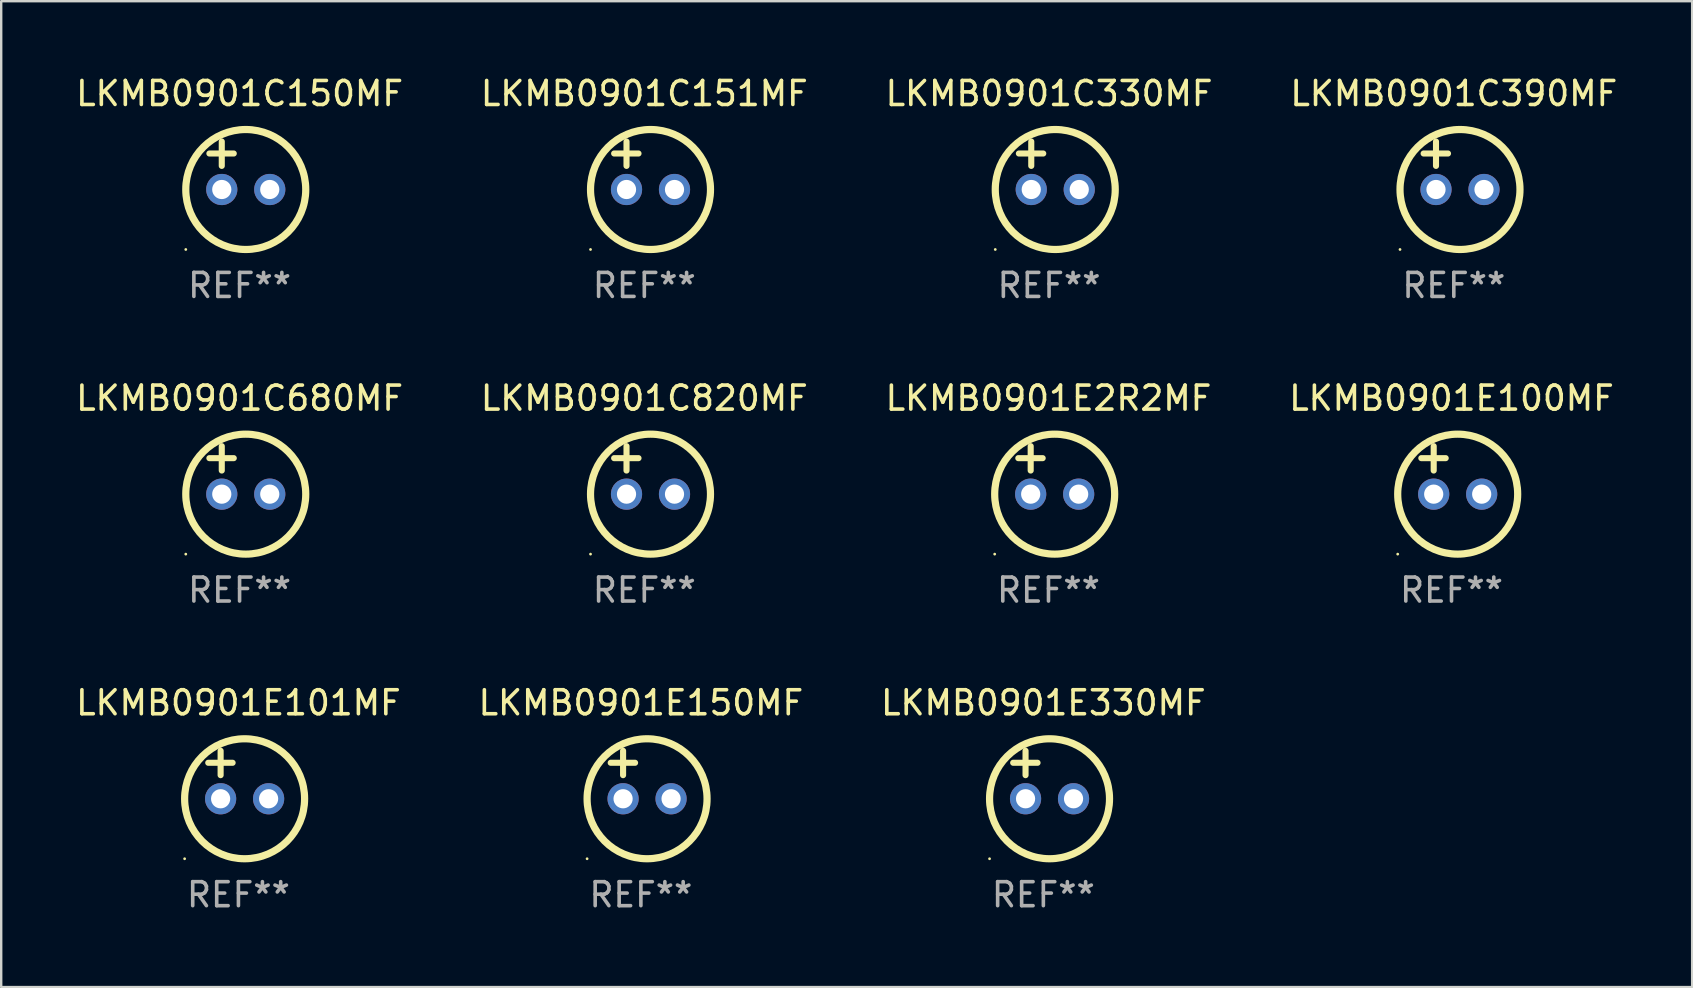
<source format=kicad_pcb>
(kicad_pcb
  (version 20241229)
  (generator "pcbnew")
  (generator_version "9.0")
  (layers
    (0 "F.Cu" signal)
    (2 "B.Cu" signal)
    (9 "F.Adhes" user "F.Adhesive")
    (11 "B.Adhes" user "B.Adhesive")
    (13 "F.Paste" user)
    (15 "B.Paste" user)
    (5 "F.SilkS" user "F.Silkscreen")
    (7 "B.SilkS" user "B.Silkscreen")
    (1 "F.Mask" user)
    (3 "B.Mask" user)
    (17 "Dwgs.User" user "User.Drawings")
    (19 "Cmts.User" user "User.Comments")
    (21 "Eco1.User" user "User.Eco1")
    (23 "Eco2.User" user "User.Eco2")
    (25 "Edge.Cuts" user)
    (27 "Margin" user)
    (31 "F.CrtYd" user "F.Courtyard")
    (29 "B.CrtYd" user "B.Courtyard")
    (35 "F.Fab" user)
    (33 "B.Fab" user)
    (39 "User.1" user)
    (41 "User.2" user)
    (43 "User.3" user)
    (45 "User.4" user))
  (footprint "LKMB0901E150MF"
    (layer "F.Cu")
    (at 23.661 29.241)
    (property "Reference" "LKMB0901E150MF" (at 0 -3 0) (layer "F.SilkS") (effects (font (size 1 1) (thickness 0.15))))
    (attr through_hole)
    (fp_line (start -1.258 -0.5) (end -0.242 -0.5) (stroke (width 0.254) (type solid)) (layer "F.SilkS"))
    (fp_line (start -0.742 -1) (end -0.742 0.016) (stroke (width 0.254) (type solid)) (layer "F.SilkS"))
    (fp_circle (center -2.242 3.5) (end -2.212 3.5) (stroke (width 0.06) (type solid)) (fill no) (layer "F.SilkS"))
    (fp_circle (center 0.258 1) (end 2.758 1) (stroke (width 0.3) (type solid)) (fill no) (layer "F.SilkS"))
    (fp_text user "REF**" (at 0 5 0) (layer "F.Fab") (effects (font (size 1 1) (thickness 0.15))))
    (pad "1" thru_hole circle (at -0.742 1) (size 1.3 1.3) (drill 0.8) (layers "*.Cu" "*.Mask"))
    (pad "2" thru_hole circle (at 1.258 1) (size 1.3 1.3) (drill 0.8) (layers "*.Cu" "*.Mask")))
  (footprint "LKMB0901E330MF"
    (layer "F.Cu")
    (at 40.435 29.241)
    (property "Reference" "LKMB0901E330MF" (at 0 -3 0) (layer "F.SilkS") (effects (font (size 1 1) (thickness 0.15))))
    (attr through_hole)
    (fp_line (start -1.258 -0.5) (end -0.242 -0.5) (stroke (width 0.254) (type solid)) (layer "F.SilkS"))
    (fp_line (start -0.742 -1) (end -0.742 0.016) (stroke (width 0.254) (type solid)) (layer "F.SilkS"))
    (fp_circle (center -2.242 3.5) (end -2.212 3.5) (stroke (width 0.06) (type solid)) (fill no) (layer "F.SilkS"))
    (fp_circle (center 0.258 1) (end 2.758 1) (stroke (width 0.3) (type solid)) (fill no) (layer "F.SilkS"))
    (fp_text user "REF**" (at 0 5 0) (layer "F.Fab") (effects (font (size 1 1) (thickness 0.15))))
    (pad "1" thru_hole circle (at -0.742 1) (size 1.3 1.3) (drill 0.8) (layers "*.Cu" "*.Mask"))
    (pad "2" thru_hole circle (at 1.258 1) (size 1.3 1.3) (drill 0.8) (layers "*.Cu" "*.Mask")))
  (footprint "LKMB0901E100MF"
    (layer "F.Cu")
    (at 57.446 16.545)
    (property "Reference" "LKMB0901E100MF" (at 0 -3 0) (layer "F.SilkS") (effects (font (size 1 1) (thickness 0.15))))
    (attr through_hole)
    (fp_line (start -1.258 -0.5) (end -0.242 -0.5) (stroke (width 0.254) (type solid)) (layer "F.SilkS"))
    (fp_line (start -0.742 -1) (end -0.742 0.016) (stroke (width 0.254) (type solid)) (layer "F.SilkS"))
    (fp_circle (center -2.242 3.5) (end -2.212 3.5) (stroke (width 0.06) (type solid)) (fill no) (layer "F.SilkS"))
    (fp_circle (center 0.258 1) (end 2.758 1) (stroke (width 0.3) (type solid)) (fill no) (layer "F.SilkS"))
    (fp_text user "REF**" (at 0 5 0) (layer "F.Fab") (effects (font (size 1 1) (thickness 0.15))))
    (pad "1" thru_hole circle (at -0.742 1) (size 1.3 1.3) (drill 0.8) (layers "*.Cu" "*.Mask"))
    (pad "2" thru_hole circle (at 1.258 1) (size 1.3 1.3) (drill 0.8) (layers "*.Cu" "*.Mask")))
  (footprint "LKMB0901C150MF"
    (layer "F.Cu")
    (at 6.935 3.848)
    (property "Reference" "LKMB0901C150MF" (at 0 -3 0) (layer "F.SilkS") (effects (font (size 1 1) (thickness 0.15))))
    (attr through_hole)
    (fp_line (start -1.258 -0.5) (end -0.242 -0.5) (stroke (width 0.254) (type solid)) (layer "F.SilkS"))
    (fp_line (start -0.742 -1) (end -0.742 0.016) (stroke (width 0.254) (type solid)) (layer "F.SilkS"))
    (fp_circle (center -2.242 3.5) (end -2.212 3.5) (stroke (width 0.06) (type solid)) (fill no) (layer "F.SilkS"))
    (fp_circle (center 0.258 1) (end 2.758 1) (stroke (width 0.3) (type solid)) (fill no) (layer "F.SilkS"))
    (fp_text user "REF**" (at 0 5 0) (layer "F.Fab") (effects (font (size 1 1) (thickness 0.15))))
    (pad "1" thru_hole circle (at -0.742 1) (size 1.3 1.3) (drill 0.8) (layers "*.Cu" "*.Mask"))
    (pad "2" thru_hole circle (at 1.258 1) (size 1.3 1.3) (drill 0.8) (layers "*.Cu" "*.Mask")))
  (footprint "LKMB0901C680MF"
    (layer "F.Cu")
    (at 6.935 16.545)
    (property "Reference" "LKMB0901C680MF" (at 0 -3 0) (layer "F.SilkS") (effects (font (size 1 1) (thickness 0.15))))
    (attr through_hole)
    (fp_line (start -1.258 -0.5) (end -0.242 -0.5) (stroke (width 0.254) (type solid)) (layer "F.SilkS"))
    (fp_line (start -0.742 -1) (end -0.742 0.016) (stroke (width 0.254) (type solid)) (layer "F.SilkS"))
    (fp_circle (center -2.242 3.5) (end -2.212 3.5) (stroke (width 0.06) (type solid)) (fill no) (layer "F.SilkS"))
    (fp_circle (center 0.258 1) (end 2.758 1) (stroke (width 0.3) (type solid)) (fill no) (layer "F.SilkS"))
    (fp_text user "REF**" (at 0 5 0) (layer "F.Fab") (effects (font (size 1 1) (thickness 0.15))))
    (pad "1" thru_hole circle (at -0.742 1) (size 1.3 1.3) (drill 0.8) (layers "*.Cu" "*.Mask"))
    (pad "2" thru_hole circle (at 1.258 1) (size 1.3 1.3) (drill 0.8) (layers "*.Cu" "*.Mask")))
  (footprint "LKMB0901C151MF"
    (layer "F.Cu")
    (at 23.804 3.848)
    (property "Reference" "LKMB0901C151MF" (at 0 -3 0) (layer "F.SilkS") (effects (font (size 1 1) (thickness 0.15))))
    (attr through_hole)
    (fp_line (start -1.258 -0.5) (end -0.242 -0.5) (stroke (width 0.254) (type solid)) (layer "F.SilkS"))
    (fp_line (start -0.742 -1) (end -0.742 0.016) (stroke (width 0.254) (type solid)) (layer "F.SilkS"))
    (fp_circle (center -2.242 3.5) (end -2.212 3.5) (stroke (width 0.06) (type solid)) (fill no) (layer "F.SilkS"))
    (fp_circle (center 0.258 1) (end 2.758 1) (stroke (width 0.3) (type solid)) (fill no) (layer "F.SilkS"))
    (fp_text user "REF**" (at 0 5 0) (layer "F.Fab") (effects (font (size 1 1) (thickness 0.15))))
    (pad "1" thru_hole circle (at -0.742 1) (size 1.3 1.3) (drill 0.8) (layers "*.Cu" "*.Mask"))
    (pad "2" thru_hole circle (at 1.258 1) (size 1.3 1.3) (drill 0.8) (layers "*.Cu" "*.Mask")))
  (footprint "LKMB0901E101MF"
    (layer "F.Cu")
    (at 6.887 29.241)
    (property "Reference" "LKMB0901E101MF" (at 0 -3 0) (layer "F.SilkS") (effects (font (size 1 1) (thickness 0.15))))
    (attr through_hole)
    (fp_line (start -1.258 -0.5) (end -0.242 -0.5) (stroke (width 0.254) (type solid)) (layer "F.SilkS"))
    (fp_line (start -0.742 -1) (end -0.742 0.016) (stroke (width 0.254) (type solid)) (layer "F.SilkS"))
    (fp_circle (center -2.242 3.5) (end -2.212 3.5) (stroke (width 0.06) (type solid)) (fill no) (layer "F.SilkS"))
    (fp_circle (center 0.258 1) (end 2.758 1) (stroke (width 0.3) (type solid)) (fill no) (layer "F.SilkS"))
    (fp_text user "REF**" (at 0 5 0) (layer "F.Fab") (effects (font (size 1 1) (thickness 0.15))))
    (pad "1" thru_hole circle (at -0.742 1) (size 1.3 1.3) (drill 0.8) (layers "*.Cu" "*.Mask"))
    (pad "2" thru_hole circle (at 1.258 1) (size 1.3 1.3) (drill 0.8) (layers "*.Cu" "*.Mask")))
  (footprint "LKMB0901C820MF"
    (layer "F.Cu")
    (at 23.804 16.545)
    (property "Reference" "LKMB0901C820MF" (at 0 -3 0) (layer "F.SilkS") (effects (font (size 1 1) (thickness 0.15))))
    (attr through_hole)
    (fp_line (start -1.258 -0.5) (end -0.242 -0.5) (stroke (width 0.254) (type solid)) (layer "F.SilkS"))
    (fp_line (start -0.742 -1) (end -0.742 0.016) (stroke (width 0.254) (type solid)) (layer "F.SilkS"))
    (fp_circle (center -2.242 3.5) (end -2.212 3.5) (stroke (width 0.06) (type solid)) (fill no) (layer "F.SilkS"))
    (fp_circle (center 0.258 1) (end 2.758 1) (stroke (width 0.3) (type solid)) (fill no) (layer "F.SilkS"))
    (fp_text user "REF**" (at 0 5 0) (layer "F.Fab") (effects (font (size 1 1) (thickness 0.15))))
    (pad "1" thru_hole circle (at -0.742 1) (size 1.3 1.3) (drill 0.8) (layers "*.Cu" "*.Mask"))
    (pad "2" thru_hole circle (at 1.258 1) (size 1.3 1.3) (drill 0.8) (layers "*.Cu" "*.Mask")))
  (footprint "LKMB0901E2R2MF"
    (layer "F.Cu")
    (at 40.649 16.545)
    (property "Reference" "LKMB0901E2R2MF" (at 0 -3 0) (layer "F.SilkS") (effects (font (size 1 1) (thickness 0.15))))
    (attr through_hole)
    (fp_line (start -1.258 -0.5) (end -0.242 -0.5) (stroke (width 0.254) (type solid)) (layer "F.SilkS"))
    (fp_line (start -0.742 -1) (end -0.742 0.016) (stroke (width 0.254) (type solid)) (layer "F.SilkS"))
    (fp_circle (center -2.242 3.5) (end -2.212 3.5) (stroke (width 0.06) (type solid)) (fill no) (layer "F.SilkS"))
    (fp_circle (center 0.258 1) (end 2.758 1) (stroke (width 0.3) (type solid)) (fill no) (layer "F.SilkS"))
    (fp_text user "REF**" (at 0 5 0) (layer "F.Fab") (effects (font (size 1 1) (thickness 0.15))))
    (pad "1" thru_hole circle (at -0.742 1) (size 1.3 1.3) (drill 0.8) (layers "*.Cu" "*.Mask"))
    (pad "2" thru_hole circle (at 1.258 1) (size 1.3 1.3) (drill 0.8) (layers "*.Cu" "*.Mask")))
  (footprint "LKMB0901C390MF"
    (layer "F.Cu")
    (at 57.542 3.848)
    (property "Reference" "LKMB0901C390MF" (at 0 -3 0) (layer "F.SilkS") (effects (font (size 1 1) (thickness 0.15))))
    (attr through_hole)
    (fp_line (start -1.258 -0.5) (end -0.242 -0.5) (stroke (width 0.254) (type solid)) (layer "F.SilkS"))
    (fp_line (start -0.742 -1) (end -0.742 0.016) (stroke (width 0.254) (type solid)) (layer "F.SilkS"))
    (fp_circle (center -2.242 3.5) (end -2.212 3.5) (stroke (width 0.06) (type solid)) (fill no) (layer "F.SilkS"))
    (fp_circle (center 0.258 1) (end 2.758 1) (stroke (width 0.3) (type solid)) (fill no) (layer "F.SilkS"))
    (fp_text user "REF**" (at 0 5 0) (layer "F.Fab") (effects (font (size 1 1) (thickness 0.15))))
    (pad "1" thru_hole circle (at -0.742 1) (size 1.3 1.3) (drill 0.8) (layers "*.Cu" "*.Mask"))
    (pad "2" thru_hole circle (at 1.258 1) (size 1.3 1.3) (drill 0.8) (layers "*.Cu" "*.Mask")))
  (footprint "LKMB0901C330MF"
    (layer "F.Cu")
    (at 40.673 3.848)
    (property "Reference" "LKMB0901C330MF" (at 0 -3 0) (layer "F.SilkS") (effects (font (size 1 1) (thickness 0.15))))
    (attr through_hole)
    (fp_line (start -1.258 -0.5) (end -0.242 -0.5) (stroke (width 0.254) (type solid)) (layer "F.SilkS"))
    (fp_line (start -0.742 -1) (end -0.742 0.016) (stroke (width 0.254) (type solid)) (layer "F.SilkS"))
    (fp_circle (center -2.242 3.5) (end -2.212 3.5) (stroke (width 0.06) (type solid)) (fill no) (layer "F.SilkS"))
    (fp_circle (center 0.258 1) (end 2.758 1) (stroke (width 0.3) (type solid)) (fill no) (layer "F.SilkS"))
    (fp_text user "REF**" (at 0 5 0) (layer "F.Fab") (effects (font (size 1 1) (thickness 0.15))))
    (pad "1" thru_hole circle (at -0.742 1) (size 1.3 1.3) (drill 0.8) (layers "*.Cu" "*.Mask"))
    (pad "2" thru_hole circle (at 1.258 1) (size 1.3 1.3) (drill 0.8) (layers "*.Cu" "*.Mask")))
  (gr_rect
    (start -3 -3)
    (end 67.476 38.09)
    (stroke (width 0.1) (type default))
    (fill no)
    (layer "Edge.Cuts")))
</source>
